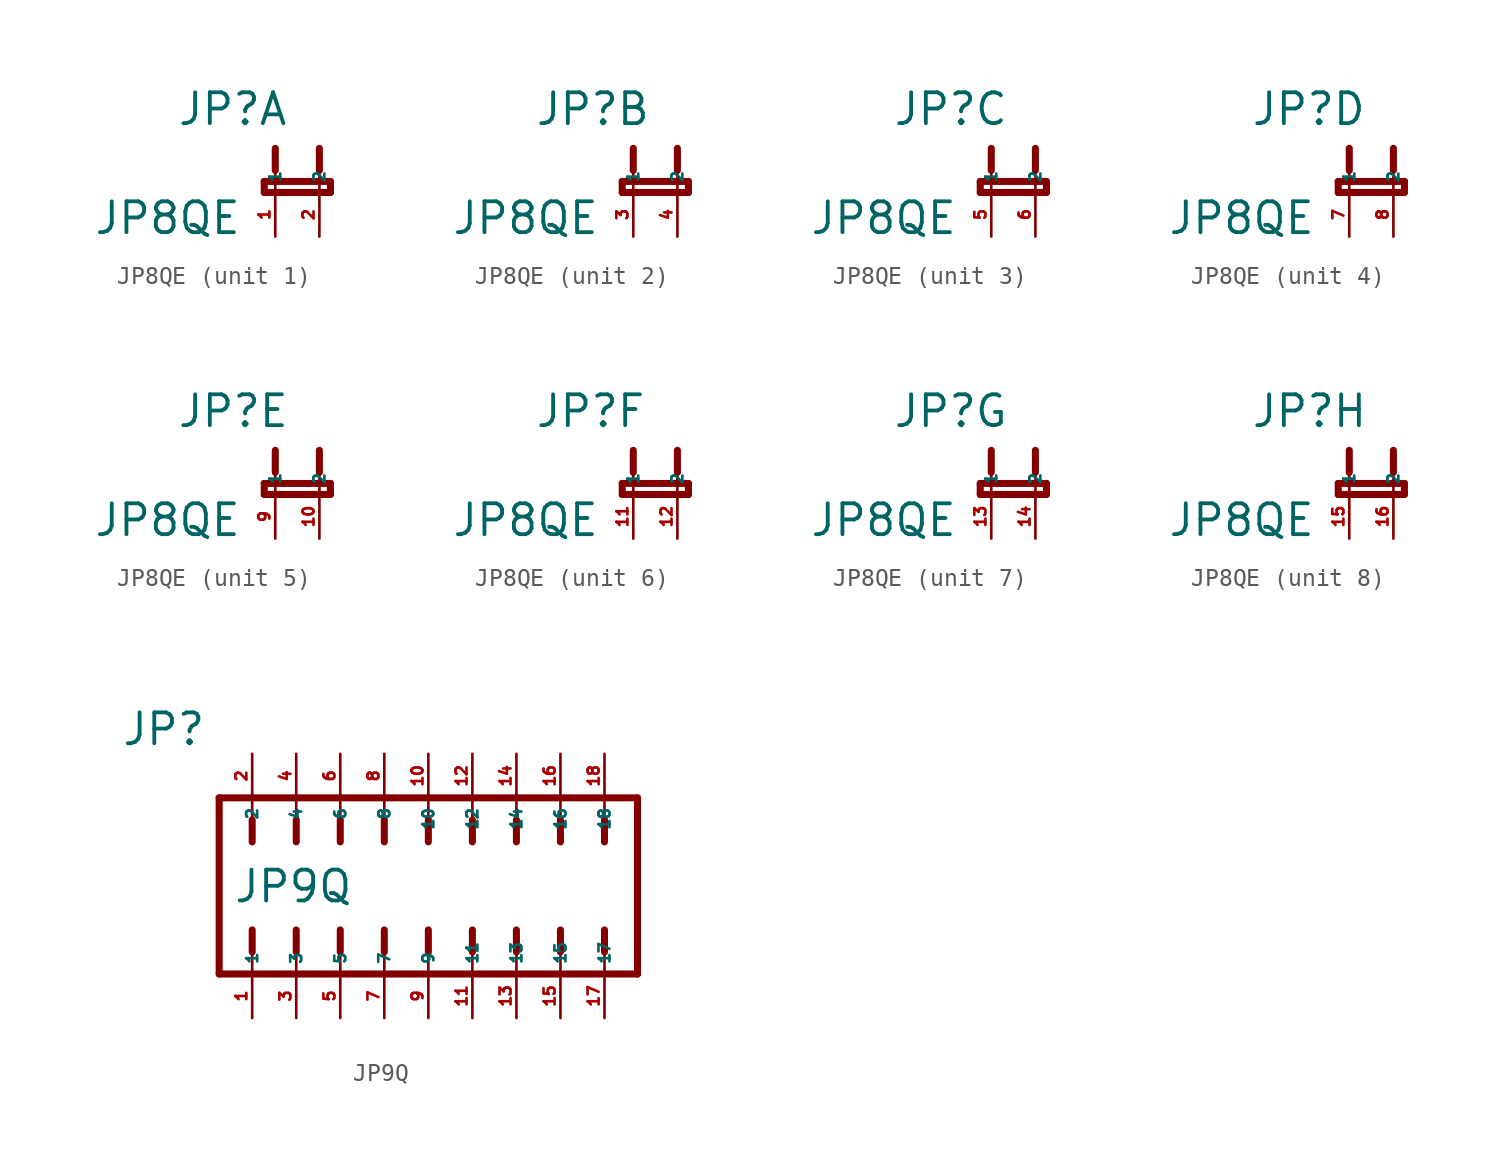
<source format=kicad_sym>
(kicad_symbol_lib
  (version 20220914)
  (generator kicad_symbol_editor)
  (symbol "JP8QE"
    (property "Reference" "JP"
      (at -5.69 3.759 0)
      (effects (font (size 1.778 1.778) (thickness 0.22)) (justify left bottom)))
    (property "Value" "JP8QE"
      (at -10.49 -2.515 0)
      (effects (font (size 1.778 1.778) (thickness 0.22)) (justify left bottom)))
    (symbol "JP8QE_1_0"
      (polyline (pts (xy -0.635 0) (xy 3.175 0)) (stroke (width 0.406) (type default)) (fill (type none)))
      (polyline (pts (xy -0.635 0.635) (xy -0.635 0)) (stroke (width 0.406) (type default)) (fill (type none)))
      (polyline (pts (xy 0 0) (xy 0 1.27)) (stroke (width 0.152) (type default)) (fill (type none)))
      (polyline (pts (xy 0 2.54) (xy 0 1.27)) (stroke (width 0.406) (type default)) (fill (type none)))
      (polyline (pts (xy 2.54 0) (xy 2.54 1.27)) (stroke (width 0.152) (type default)) (fill (type none)))
      (polyline (pts (xy 2.54 2.54) (xy 2.54 1.27)) (stroke (width 0.406) (type default)) (fill (type none)))
      (polyline (pts (xy 3.175 0) (xy 3.175 0.635)) (stroke (width 0.406) (type default)) (fill (type none)))
      (polyline (pts (xy 3.175 0.635) (xy -0.635 0.635)) (stroke (width 0.406) (type default)) (fill (type none)))
      (pin passive line (at 0 -2.54 90) (length 2.54) (name "1" (effects (font (size 0.635 0.635)))) (number "1" (effects (font (size 0.635 0.635)))))
      (pin passive line (at 2.54 -2.54 90) (length 2.54) (name "2" (effects (font (size 0.635 0.635)))) (number "2" (effects (font (size 0.635 0.635))))))
    (symbol "JP8QE_2_0"
      (polyline (pts (xy -0.635 0) (xy 3.175 0)) (stroke (width 0.406) (type default)) (fill (type none)))
      (polyline (pts (xy -0.635 0.635) (xy -0.635 0)) (stroke (width 0.406) (type default)) (fill (type none)))
      (polyline (pts (xy 0 0) (xy 0 1.27)) (stroke (width 0.152) (type default)) (fill (type none)))
      (polyline (pts (xy 0 2.54) (xy 0 1.27)) (stroke (width 0.406) (type default)) (fill (type none)))
      (polyline (pts (xy 2.54 0) (xy 2.54 1.27)) (stroke (width 0.152) (type default)) (fill (type none)))
      (polyline (pts (xy 2.54 2.54) (xy 2.54 1.27)) (stroke (width 0.406) (type default)) (fill (type none)))
      (polyline (pts (xy 3.175 0) (xy 3.175 0.635)) (stroke (width 0.406) (type default)) (fill (type none)))
      (polyline (pts (xy 3.175 0.635) (xy -0.635 0.635)) (stroke (width 0.406) (type default)) (fill (type none)))
      (pin passive line (at 0 -2.54 90) (length 2.54) (name "1" (effects (font (size 0.635 0.635)))) (number "3" (effects (font (size 0.635 0.635)))))
      (pin passive line (at 2.54 -2.54 90) (length 2.54) (name "2" (effects (font (size 0.635 0.635)))) (number "4" (effects (font (size 0.635 0.635))))))
    (symbol "JP8QE_3_0"
      (polyline (pts (xy -0.635 0) (xy 3.175 0)) (stroke (width 0.406) (type default)) (fill (type none)))
      (polyline (pts (xy -0.635 0.635) (xy -0.635 0)) (stroke (width 0.406) (type default)) (fill (type none)))
      (polyline (pts (xy 0 0) (xy 0 1.27)) (stroke (width 0.152) (type default)) (fill (type none)))
      (polyline (pts (xy 0 2.54) (xy 0 1.27)) (stroke (width 0.406) (type default)) (fill (type none)))
      (polyline (pts (xy 2.54 0) (xy 2.54 1.27)) (stroke (width 0.152) (type default)) (fill (type none)))
      (polyline (pts (xy 2.54 2.54) (xy 2.54 1.27)) (stroke (width 0.406) (type default)) (fill (type none)))
      (polyline (pts (xy 3.175 0) (xy 3.175 0.635)) (stroke (width 0.406) (type default)) (fill (type none)))
      (polyline (pts (xy 3.175 0.635) (xy -0.635 0.635)) (stroke (width 0.406) (type default)) (fill (type none)))
      (pin passive line (at 0 -2.54 90) (length 2.54) (name "1" (effects (font (size 0.635 0.635)))) (number "5" (effects (font (size 0.635 0.635)))))
      (pin passive line (at 2.54 -2.54 90) (length 2.54) (name "2" (effects (font (size 0.635 0.635)))) (number "6" (effects (font (size 0.635 0.635))))))
    (symbol "JP8QE_4_0"
      (polyline (pts (xy -0.635 0) (xy 3.175 0)) (stroke (width 0.406) (type default)) (fill (type none)))
      (polyline (pts (xy -0.635 0.635) (xy -0.635 0)) (stroke (width 0.406) (type default)) (fill (type none)))
      (polyline (pts (xy 0 0) (xy 0 1.27)) (stroke (width 0.152) (type default)) (fill (type none)))
      (polyline (pts (xy 0 2.54) (xy 0 1.27)) (stroke (width 0.406) (type default)) (fill (type none)))
      (polyline (pts (xy 2.54 0) (xy 2.54 1.27)) (stroke (width 0.152) (type default)) (fill (type none)))
      (polyline (pts (xy 2.54 2.54) (xy 2.54 1.27)) (stroke (width 0.406) (type default)) (fill (type none)))
      (polyline (pts (xy 3.175 0) (xy 3.175 0.635)) (stroke (width 0.406) (type default)) (fill (type none)))
      (polyline (pts (xy 3.175 0.635) (xy -0.635 0.635)) (stroke (width 0.406) (type default)) (fill (type none)))
      (pin passive line (at 0 -2.54 90) (length 2.54) (name "1" (effects (font (size 0.635 0.635)))) (number "7" (effects (font (size 0.635 0.635)))))
      (pin passive line (at 2.54 -2.54 90) (length 2.54) (name "2" (effects (font (size 0.635 0.635)))) (number "8" (effects (font (size 0.635 0.635))))))
    (symbol "JP8QE_5_0"
      (polyline (pts (xy -0.635 0) (xy 3.175 0)) (stroke (width 0.406) (type default)) (fill (type none)))
      (polyline (pts (xy -0.635 0.635) (xy -0.635 0)) (stroke (width 0.406) (type default)) (fill (type none)))
      (polyline (pts (xy 0 0) (xy 0 1.27)) (stroke (width 0.152) (type default)) (fill (type none)))
      (polyline (pts (xy 0 2.54) (xy 0 1.27)) (stroke (width 0.406) (type default)) (fill (type none)))
      (polyline (pts (xy 2.54 0) (xy 2.54 1.27)) (stroke (width 0.152) (type default)) (fill (type none)))
      (polyline (pts (xy 2.54 2.54) (xy 2.54 1.27)) (stroke (width 0.406) (type default)) (fill (type none)))
      (polyline (pts (xy 3.175 0) (xy 3.175 0.635)) (stroke (width 0.406) (type default)) (fill (type none)))
      (polyline (pts (xy 3.175 0.635) (xy -0.635 0.635)) (stroke (width 0.406) (type default)) (fill (type none)))
      (pin passive line (at 2.54 -2.54 90) (length 2.54) (name "2" (effects (font (size 0.635 0.635)))) (number "10" (effects (font (size 0.635 0.635)))))
      (pin passive line (at 0 -2.54 90) (length 2.54) (name "1" (effects (font (size 0.635 0.635)))) (number "9" (effects (font (size 0.635 0.635))))))
    (symbol "JP8QE_6_0"
      (polyline (pts (xy -0.635 0) (xy 3.175 0)) (stroke (width 0.406) (type default)) (fill (type none)))
      (polyline (pts (xy -0.635 0.635) (xy -0.635 0)) (stroke (width 0.406) (type default)) (fill (type none)))
      (polyline (pts (xy 0 0) (xy 0 1.27)) (stroke (width 0.152) (type default)) (fill (type none)))
      (polyline (pts (xy 0 2.54) (xy 0 1.27)) (stroke (width 0.406) (type default)) (fill (type none)))
      (polyline (pts (xy 2.54 0) (xy 2.54 1.27)) (stroke (width 0.152) (type default)) (fill (type none)))
      (polyline (pts (xy 2.54 2.54) (xy 2.54 1.27)) (stroke (width 0.406) (type default)) (fill (type none)))
      (polyline (pts (xy 3.175 0) (xy 3.175 0.635)) (stroke (width 0.406) (type default)) (fill (type none)))
      (polyline (pts (xy 3.175 0.635) (xy -0.635 0.635)) (stroke (width 0.406) (type default)) (fill (type none)))
      (pin passive line (at 0 -2.54 90) (length 2.54) (name "1" (effects (font (size 0.635 0.635)))) (number "11" (effects (font (size 0.635 0.635)))))
      (pin passive line (at 2.54 -2.54 90) (length 2.54) (name "2" (effects (font (size 0.635 0.635)))) (number "12" (effects (font (size 0.635 0.635))))))
    (symbol "JP8QE_7_0"
      (polyline (pts (xy -0.635 0) (xy 3.175 0)) (stroke (width 0.406) (type default)) (fill (type none)))
      (polyline (pts (xy -0.635 0.635) (xy -0.635 0)) (stroke (width 0.406) (type default)) (fill (type none)))
      (polyline (pts (xy 0 0) (xy 0 1.27)) (stroke (width 0.152) (type default)) (fill (type none)))
      (polyline (pts (xy 0 2.54) (xy 0 1.27)) (stroke (width 0.406) (type default)) (fill (type none)))
      (polyline (pts (xy 2.54 0) (xy 2.54 1.27)) (stroke (width 0.152) (type default)) (fill (type none)))
      (polyline (pts (xy 2.54 2.54) (xy 2.54 1.27)) (stroke (width 0.406) (type default)) (fill (type none)))
      (polyline (pts (xy 3.175 0) (xy 3.175 0.635)) (stroke (width 0.406) (type default)) (fill (type none)))
      (polyline (pts (xy 3.175 0.635) (xy -0.635 0.635)) (stroke (width 0.406) (type default)) (fill (type none)))
      (pin passive line (at 0 -2.54 90) (length 2.54) (name "1" (effects (font (size 0.635 0.635)))) (number "13" (effects (font (size 0.635 0.635)))))
      (pin passive line (at 2.54 -2.54 90) (length 2.54) (name "2" (effects (font (size 0.635 0.635)))) (number "14" (effects (font (size 0.635 0.635))))))
    (symbol "JP8QE_8_0"
      (polyline (pts (xy -0.635 0) (xy 3.175 0)) (stroke (width 0.406) (type default)) (fill (type none)))
      (polyline (pts (xy -0.635 0.635) (xy -0.635 0)) (stroke (width 0.406) (type default)) (fill (type none)))
      (polyline (pts (xy 0 0) (xy 0 1.27)) (stroke (width 0.152) (type default)) (fill (type none)))
      (polyline (pts (xy 0 2.54) (xy 0 1.27)) (stroke (width 0.406) (type default)) (fill (type none)))
      (polyline (pts (xy 2.54 0) (xy 2.54 1.27)) (stroke (width 0.152) (type default)) (fill (type none)))
      (polyline (pts (xy 2.54 2.54) (xy 2.54 1.27)) (stroke (width 0.406) (type default)) (fill (type none)))
      (polyline (pts (xy 3.175 0) (xy 3.175 0.635)) (stroke (width 0.406) (type default)) (fill (type none)))
      (polyline (pts (xy 3.175 0.635) (xy -0.635 0.635)) (stroke (width 0.406) (type default)) (fill (type none)))
      (pin passive line (at 0 -2.54 90) (length 2.54) (name "1" (effects (font (size 0.635 0.635)))) (number "15" (effects (font (size 0.635 0.635)))))
      (pin passive line (at 2.54 -2.54 90) (length 2.54) (name "2" (effects (font (size 0.635 0.635)))) (number "16" (effects (font (size 0.635 0.635)))))))
  (symbol "JP9Q"
    (property "Reference" "JP"
      (at -17.729 8.001 0)
      (effects (font (size 1.778 1.778) (thickness 0.22)) (justify left bottom)))
    (property "Value" "JP9Q"
      (at -11.278 -1.067 0)
      (effects (font (size 1.778 1.778) (thickness 0.22)) (justify left bottom)))
    (symbol "JP9Q_1_1"
      (polyline (pts (xy -12.065 -5.08) (xy 12.065 -5.08)) (stroke (width 0.406) (type default)) (fill (type none)))
      (polyline (pts (xy -12.065 5.08) (xy -12.065 -5.08)) (stroke (width 0.406) (type default)) (fill (type none)))
      (polyline (pts (xy -10.16 -3.81) (xy -10.16 -5.08)) (stroke (width 0.152) (type default)) (fill (type none)))
      (polyline (pts (xy -10.16 -2.54) (xy -10.16 -3.81)) (stroke (width 0.406) (type default)) (fill (type none)))
      (polyline (pts (xy -10.16 2.54) (xy -10.16 3.81)) (stroke (width 0.406) (type default)) (fill (type none)))
      (polyline (pts (xy -10.16 3.81) (xy -10.16 5.08)) (stroke (width 0.152) (type default)) (fill (type none)))
      (polyline (pts (xy -7.62 -3.81) (xy -7.62 -5.08)) (stroke (width 0.152) (type default)) (fill (type none)))
      (polyline (pts (xy -7.62 -2.54) (xy -7.62 -3.81)) (stroke (width 0.406) (type default)) (fill (type none)))
      (polyline (pts (xy -7.62 2.54) (xy -7.62 3.81)) (stroke (width 0.406) (type default)) (fill (type none)))
      (polyline (pts (xy -7.62 3.81) (xy -7.62 5.08)) (stroke (width 0.152) (type default)) (fill (type none)))
      (polyline (pts (xy -5.08 -3.81) (xy -5.08 -5.08)) (stroke (width 0.152) (type default)) (fill (type none)))
      (polyline (pts (xy -5.08 -2.54) (xy -5.08 -3.81)) (stroke (width 0.406) (type default)) (fill (type none)))
      (polyline (pts (xy -5.08 2.54) (xy -5.08 3.81)) (stroke (width 0.406) (type default)) (fill (type none)))
      (polyline (pts (xy -5.08 3.81) (xy -5.08 5.08)) (stroke (width 0.152) (type default)) (fill (type none)))
      (polyline (pts (xy -2.54 -3.81) (xy -2.54 -5.08)) (stroke (width 0.152) (type default)) (fill (type none)))
      (polyline (pts (xy -2.54 -2.54) (xy -2.54 -3.81)) (stroke (width 0.406) (type default)) (fill (type none)))
      (polyline (pts (xy -2.54 2.54) (xy -2.54 3.81)) (stroke (width 0.406) (type default)) (fill (type none)))
      (polyline (pts (xy -2.54 3.81) (xy -2.54 5.08)) (stroke (width 0.152) (type default)) (fill (type none)))
      (polyline (pts (xy 0 -3.81) (xy 0 -5.08)) (stroke (width 0.152) (type default)) (fill (type none)))
      (polyline (pts (xy 0 -2.54) (xy 0 -3.81)) (stroke (width 0.406) (type default)) (fill (type none)))
      (polyline (pts (xy 0 2.54) (xy 0 3.81)) (stroke (width 0.406) (type default)) (fill (type none)))
      (polyline (pts (xy 0 3.81) (xy 0 5.08)) (stroke (width 0.152) (type default)) (fill (type none)))
      (polyline (pts (xy 2.54 -3.81) (xy 2.54 -5.08)) (stroke (width 0.152) (type default)) (fill (type none)))
      (polyline (pts (xy 2.54 -2.54) (xy 2.54 -3.81)) (stroke (width 0.406) (type default)) (fill (type none)))
      (polyline (pts (xy 2.54 2.54) (xy 2.54 3.81)) (stroke (width 0.406) (type default)) (fill (type none)))
      (polyline (pts (xy 2.54 3.81) (xy 2.54 5.08)) (stroke (width 0.152) (type default)) (fill (type none)))
      (polyline (pts (xy 5.08 -3.81) (xy 5.08 -5.08)) (stroke (width 0.152) (type default)) (fill (type none)))
      (polyline (pts (xy 5.08 -2.54) (xy 5.08 -3.81)) (stroke (width 0.406) (type default)) (fill (type none)))
      (polyline (pts (xy 5.08 2.54) (xy 5.08 3.81)) (stroke (width 0.406) (type default)) (fill (type none)))
      (polyline (pts (xy 5.08 3.81) (xy 5.08 5.08)) (stroke (width 0.152) (type default)) (fill (type none)))
      (polyline (pts (xy 7.62 -3.81) (xy 7.62 -5.08)) (stroke (width 0.152) (type default)) (fill (type none)))
      (polyline (pts (xy 7.62 -2.54) (xy 7.62 -3.81)) (stroke (width 0.406) (type default)) (fill (type none)))
      (polyline (pts (xy 7.62 2.54) (xy 7.62 3.81)) (stroke (width 0.406) (type default)) (fill (type none)))
      (polyline (pts (xy 7.62 3.81) (xy 7.62 5.08)) (stroke (width 0.152) (type default)) (fill (type none)))
      (polyline (pts (xy 10.16 -3.81) (xy 10.16 -5.08)) (stroke (width 0.152) (type default)) (fill (type none)))
      (polyline (pts (xy 10.16 -2.54) (xy 10.16 -3.81)) (stroke (width 0.406) (type default)) (fill (type none)))
      (polyline (pts (xy 10.16 2.54) (xy 10.16 3.81)) (stroke (width 0.406) (type default)) (fill (type none)))
      (polyline (pts (xy 10.16 3.81) (xy 10.16 5.08)) (stroke (width 0.152) (type default)) (fill (type none)))
      (polyline (pts (xy 12.065 -5.08) (xy 12.065 5.08)) (stroke (width 0.406) (type default)) (fill (type none)))
      (polyline (pts (xy 12.065 5.08) (xy -12.065 5.08)) (stroke (width 0.406) (type default)) (fill (type none)))
      (pin passive line (at -10.16 -7.62 90) (length 2.54) (name "1" (effects (font (size 0.635 0.635)))) (number "1" (effects (font (size 0.635 0.635)))))
      (pin passive line (at 0 7.62 270) (length 2.54) (name "10" (effects (font (size 0.635 0.635)))) (number "10" (effects (font (size 0.635 0.635)))))
      (pin passive line (at 2.54 -7.62 90) (length 2.54) (name "11" (effects (font (size 0.635 0.635)))) (number "11" (effects (font (size 0.635 0.635)))))
      (pin passive line (at 2.54 7.62 270) (length 2.54) (name "12" (effects (font (size 0.635 0.635)))) (number "12" (effects (font (size 0.635 0.635)))))
      (pin passive line (at 5.08 -7.62 90) (length 2.54) (name "13" (effects (font (size 0.635 0.635)))) (number "13" (effects (font (size 0.635 0.635)))))
      (pin passive line (at 5.08 7.62 270) (length 2.54) (name "14" (effects (font (size 0.635 0.635)))) (number "14" (effects (font (size 0.635 0.635)))))
      (pin passive line (at 7.62 -7.62 90) (length 2.54) (name "15" (effects (font (size 0.635 0.635)))) (number "15" (effects (font (size 0.635 0.635)))))
      (pin passive line (at 7.62 7.62 270) (length 2.54) (name "16" (effects (font (size 0.635 0.635)))) (number "16" (effects (font (size 0.635 0.635)))))
      (pin passive line (at 10.16 -7.62 90) (length 2.54) (name "17" (effects (font (size 0.635 0.635)))) (number "17" (effects (font (size 0.635 0.635)))))
      (pin passive line (at 10.16 7.62 270) (length 2.54) (name "18" (effects (font (size 0.635 0.635)))) (number "18" (effects (font (size 0.635 0.635)))))
      (pin passive line (at -10.16 7.62 270) (length 2.54) (name "2" (effects (font (size 0.635 0.635)))) (number "2" (effects (font (size 0.635 0.635)))))
      (pin passive line (at -7.62 -7.62 90) (length 2.54) (name "3" (effects (font (size 0.635 0.635)))) (number "3" (effects (font (size 0.635 0.635)))))
      (pin passive line (at -7.62 7.62 270) (length 2.54) (name "4" (effects (font (size 0.635 0.635)))) (number "4" (effects (font (size 0.635 0.635)))))
      (pin passive line (at -5.08 -7.62 90) (length 2.54) (name "5" (effects (font (size 0.635 0.635)))) (number "5" (effects (font (size 0.635 0.635)))))
      (pin passive line (at -5.08 7.62 270) (length 2.54) (name "6" (effects (font (size 0.635 0.635)))) (number "6" (effects (font (size 0.635 0.635)))))
      (pin passive line (at -2.54 -7.62 90) (length 2.54) (name "7" (effects (font (size 0.635 0.635)))) (number "7" (effects (font (size 0.635 0.635)))))
      (pin passive line (at -2.54 7.62 270) (length 2.54) (name "8" (effects (font (size 0.635 0.635)))) (number "8" (effects (font (size 0.635 0.635)))))
      (pin passive line (at 0 -7.62 90) (length 2.54) (name "9" (effects (font (size 0.635 0.635)))) (number "9" (effects (font (size 0.635 0.635))))))))
</source>
